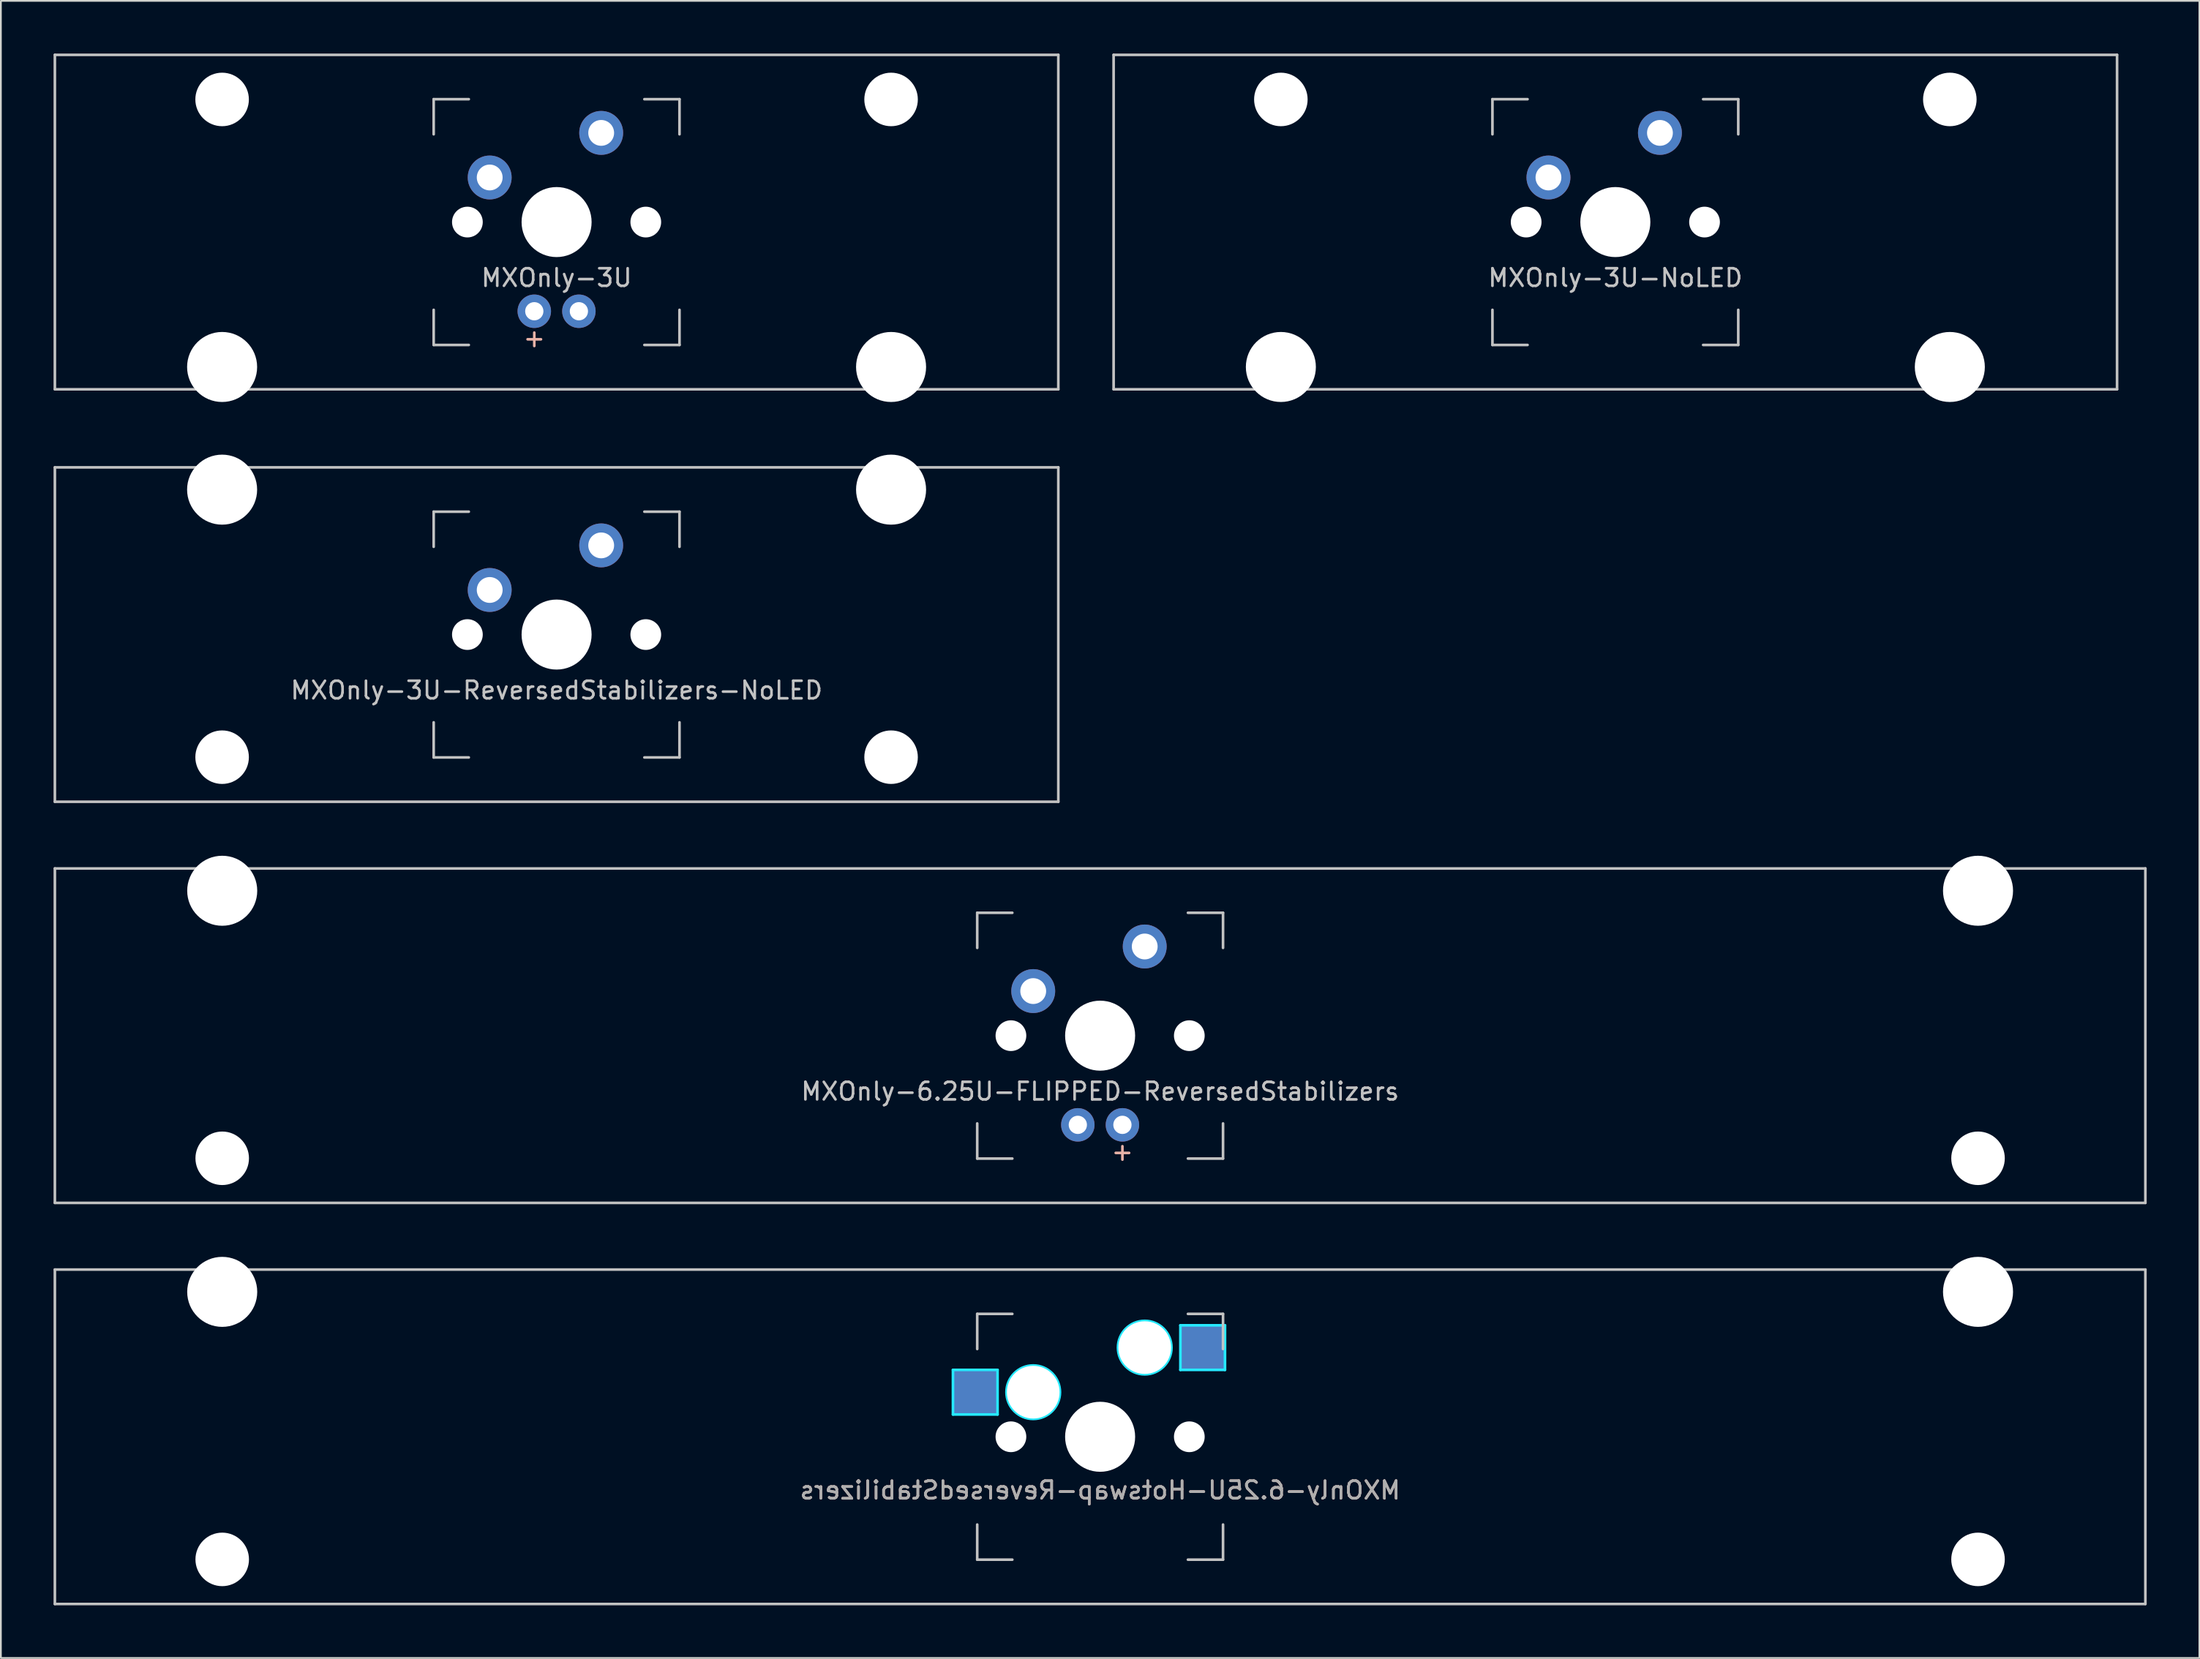
<source format=kicad_pcb>
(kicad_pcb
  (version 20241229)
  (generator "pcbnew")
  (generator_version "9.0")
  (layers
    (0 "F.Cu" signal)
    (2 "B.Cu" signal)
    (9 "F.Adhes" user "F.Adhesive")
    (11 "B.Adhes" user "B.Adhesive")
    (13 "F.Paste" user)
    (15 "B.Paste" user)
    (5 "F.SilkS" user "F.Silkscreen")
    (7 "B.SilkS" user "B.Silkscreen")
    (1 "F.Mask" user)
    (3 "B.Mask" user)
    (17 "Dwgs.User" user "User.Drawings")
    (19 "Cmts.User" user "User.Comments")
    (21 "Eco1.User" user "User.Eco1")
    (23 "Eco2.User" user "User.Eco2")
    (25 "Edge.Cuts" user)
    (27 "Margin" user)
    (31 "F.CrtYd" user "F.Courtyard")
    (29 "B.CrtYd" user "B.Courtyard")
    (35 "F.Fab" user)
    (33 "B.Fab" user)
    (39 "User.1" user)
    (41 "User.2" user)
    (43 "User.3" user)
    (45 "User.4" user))
  (footprint "MXOnly-6.25U-Hotswap-ReversedStabilizers"
    (layer "F.Cu")
    (at 59.606 78.796)
    (property "Reference" "MXOnly-6.25U-Hotswap-ReversedStabilizers" (at 0 3.048 0) (layer "F.Fab") (effects (font (size 1 1) (thickness 0.15)) (justify mirror)))
    (attr smd)
    (fp_line (start -59.531 -9.525) (end 59.531 -9.525) (stroke (width 0.15) (type solid)) (layer "Dwgs.User"))
    (fp_line (start -59.531 9.525) (end -59.531 -9.525) (stroke (width 0.15) (type solid)) (layer "Dwgs.User"))
    (fp_line (start -7 -7) (end -7 -5) (stroke (width 0.15) (type solid)) (layer "Dwgs.User"))
    (fp_line (start -7 5) (end -7 7) (stroke (width 0.15) (type solid)) (layer "Dwgs.User"))
    (fp_line (start -7 7) (end -5 7) (stroke (width 0.15) (type solid)) (layer "Dwgs.User"))
    (fp_line (start -5 -7) (end -7 -7) (stroke (width 0.15) (type solid)) (layer "Dwgs.User"))
    (fp_line (start 5 -7) (end 7 -7) (stroke (width 0.15) (type solid)) (layer "Dwgs.User"))
    (fp_line (start 5 7) (end 7 7) (stroke (width 0.15) (type solid)) (layer "Dwgs.User"))
    (fp_line (start 7 -7) (end 7 -5) (stroke (width 0.15) (type solid)) (layer "Dwgs.User"))
    (fp_line (start 7 7) (end 7 5) (stroke (width 0.15) (type solid)) (layer "Dwgs.User"))
    (fp_line (start 59.531 -9.525) (end 59.531 9.525) (stroke (width 0.15) (type solid)) (layer "Dwgs.User"))
    (fp_line (start 59.531 9.525) (end -59.531 9.525) (stroke (width 0.15) (type solid)) (layer "Dwgs.User"))
    (fp_line (start -8.382 -3.81) (end -5.842 -3.81) (stroke (width 0.15) (type solid)) (layer "B.CrtYd"))
    (fp_line (start -8.382 -1.27) (end -8.382 -3.81) (stroke (width 0.15) (type solid)) (layer "B.CrtYd"))
    (fp_line (start -5.842 -3.81) (end -5.842 -1.27) (stroke (width 0.15) (type solid)) (layer "B.CrtYd"))
    (fp_line (start -5.842 -1.27) (end -8.382 -1.27) (stroke (width 0.15) (type solid)) (layer "B.CrtYd"))
    (fp_line (start 4.572 -6.35) (end 7.112 -6.35) (stroke (width 0.15) (type solid)) (layer "B.CrtYd"))
    (fp_line (start 4.572 -3.81) (end 4.572 -6.35) (stroke (width 0.15) (type solid)) (layer "B.CrtYd"))
    (fp_line (start 7.112 -6.35) (end 7.112 -3.81) (stroke (width 0.15) (type solid)) (layer "B.CrtYd"))
    (fp_line (start 7.112 -3.81) (end 4.572 -3.81) (stroke (width 0.15) (type solid)) (layer "B.CrtYd"))
    (fp_circle (center -3.81 -2.54) (end -3.81 -4.064) (stroke (width 0.15) (type solid)) (fill no) (layer "B.CrtYd"))
    (fp_circle (center 2.54 -5.08) (end 2.54 -6.604) (stroke (width 0.15) (type solid)) (fill no) (layer "B.CrtYd"))
    (fp_text user "${REFERENCE}" (at 0 3.048 0) (layer "B.SilkS") (effects (font (size 1 1) (thickness 0.15)) (justify mirror)))
    (pad "" np_thru_hole circle (at -50 -8.255) (size 3.988 3.988) (drill 3.988) (layers "*.Cu" "*.Mask"))
    (pad "" np_thru_hole circle (at -50 6.985) (size 3.048 3.048) (drill 3.048) (layers "*.Cu" "*.Mask"))
    (pad "" np_thru_hole circle (at -5.08 0 48.1) (size 1.75 1.75) (drill 1.75) (layers "*.Cu" "*.Mask"))
    (pad "" np_thru_hole circle (at -3.81 -2.54) (size 3 3) (drill 3) (layers "*.Cu" "*.Mask"))
    (pad "" np_thru_hole circle (at 0 0) (size 3.988 3.988) (drill 3.988) (layers "*.Cu" "*.Mask"))
    (pad "" np_thru_hole circle (at 2.54 -5.08) (size 3 3) (drill 3) (layers "*.Cu" "*.Mask"))
    (pad "" np_thru_hole circle (at 5.08 0 48.1) (size 1.75 1.75) (drill 1.75) (layers "*.Cu" "*.Mask"))
    (pad "" np_thru_hole circle (at 50 -8.255) (size 3.988 3.988) (drill 3.988) (layers "*.Cu" "*.Mask"))
    (pad "" np_thru_hole circle (at 50 6.985) (size 3.048 3.048) (drill 3.048) (layers "*.Cu" "*.Mask"))
    (pad "1" smd rect (at -7.085 -2.54) (size 2.55 2.5) (layers "B.Cu" "B.Mask" "B.Paste"))
    (pad "2" smd rect (at 5.842 -5.08) (size 2.55 2.5) (layers "B.Cu" "B.Mask" "B.Paste")))
  (footprint "MXOnly-3U-ReversedStabilizers-NoLED"
    (layer "F.Cu")
    (at 28.65 33.098)
    (property "Reference" "MXOnly-3U-ReversedStabilizers-NoLED" (at 0 3.175 0) (layer "Dwgs.User") (effects (font (size 1 1) (thickness 0.15))))
    (attr through_hole)
    (fp_line (start -28.575 -9.525) (end 28.575 -9.525) (stroke (width 0.15) (type solid)) (layer "Dwgs.User"))
    (fp_line (start -28.575 9.525) (end -28.575 -9.525) (stroke (width 0.15) (type solid)) (layer "Dwgs.User"))
    (fp_line (start -28.575 9.525) (end 28.575 9.525) (stroke (width 0.15) (type solid)) (layer "Dwgs.User"))
    (fp_line (start -7 -7) (end -7 -5) (stroke (width 0.15) (type solid)) (layer "Dwgs.User"))
    (fp_line (start -7 5) (end -7 7) (stroke (width 0.15) (type solid)) (layer "Dwgs.User"))
    (fp_line (start -7 7) (end -5 7) (stroke (width 0.15) (type solid)) (layer "Dwgs.User"))
    (fp_line (start -5 -7) (end -7 -7) (stroke (width 0.15) (type solid)) (layer "Dwgs.User"))
    (fp_line (start 5 -7) (end 7 -7) (stroke (width 0.15) (type solid)) (layer "Dwgs.User"))
    (fp_line (start 5 7) (end 7 7) (stroke (width 0.15) (type solid)) (layer "Dwgs.User"))
    (fp_line (start 7 -7) (end 7 -5) (stroke (width 0.15) (type solid)) (layer "Dwgs.User"))
    (fp_line (start 7 7) (end 7 5) (stroke (width 0.15) (type solid)) (layer "Dwgs.User"))
    (fp_line (start 28.575 -9.525) (end 28.575 9.525) (stroke (width 0.15) (type solid)) (layer "Dwgs.User"))
    (pad "" np_thru_hole circle (at -19.05 -8.255) (size 3.988 3.988) (drill 3.988) (layers "*.Cu" "*.Mask"))
    (pad "" np_thru_hole circle (at -19.05 6.985) (size 3.048 3.048) (drill 3.048) (layers "*.Cu" "*.Mask"))
    (pad "" np_thru_hole circle (at -5.08 0 48.1) (size 1.75 1.75) (drill 1.75) (layers "*.Cu" "*.Mask"))
    (pad "" np_thru_hole circle (at 0 0) (size 3.988 3.988) (drill 3.988) (layers "*.Cu" "*.Mask"))
    (pad "" np_thru_hole circle (at 5.08 0 48.1) (size 1.75 1.75) (drill 1.75) (layers "*.Cu" "*.Mask"))
    (pad "" np_thru_hole circle (at 19.05 -8.255) (size 3.988 3.988) (drill 3.988) (layers "*.Cu" "*.Mask"))
    (pad "" np_thru_hole circle (at 19.05 6.985) (size 3.048 3.048) (drill 3.048) (layers "*.Cu" "*.Mask"))
    (pad "1" thru_hole circle (at -3.81 -2.54 48.1) (size 2.5 2.5) (drill 1.47) (layers "*.Cu" "*.Mask"))
    (pad "2" thru_hole circle (at 2.54 -5.08) (size 2.5 2.5) (drill 1.47) (layers "*.Cu" "*.Mask")))
  (footprint "MXOnly-6.25U-FLIPPED-ReversedStabilizers"
    (layer "F.Cu")
    (at 59.606 55.947)
    (property "Reference" "MXOnly-6.25U-FLIPPED-ReversedStabilizers" (at 0 3.175 0) (layer "Dwgs.User") (effects (font (size 1 1) (thickness 0.15))))
    (attr through_hole)
    (fp_line (start -59.531 -9.525) (end 59.531 -9.525) (stroke (width 0.15) (type solid)) (layer "Dwgs.User"))
    (fp_line (start -59.531 9.525) (end -59.531 -9.525) (stroke (width 0.15) (type solid)) (layer "Dwgs.User"))
    (fp_line (start -59.531 9.525) (end 59.531 9.525) (stroke (width 0.15) (type solid)) (layer "Dwgs.User"))
    (fp_line (start -7 -7) (end -7 -5) (stroke (width 0.15) (type solid)) (layer "Dwgs.User"))
    (fp_line (start -7 5) (end -7 7) (stroke (width 0.15) (type solid)) (layer "Dwgs.User"))
    (fp_line (start -7 7) (end -5 7) (stroke (width 0.15) (type solid)) (layer "Dwgs.User"))
    (fp_line (start -5 -7) (end -7 -7) (stroke (width 0.15) (type solid)) (layer "Dwgs.User"))
    (fp_line (start 5 -7) (end 7 -7) (stroke (width 0.15) (type solid)) (layer "Dwgs.User"))
    (fp_line (start 5 7) (end 7 7) (stroke (width 0.15) (type solid)) (layer "Dwgs.User"))
    (fp_line (start 7 -7) (end 7 -5) (stroke (width 0.15) (type solid)) (layer "Dwgs.User"))
    (fp_line (start 7 7) (end 7 5) (stroke (width 0.15) (type solid)) (layer "Dwgs.User"))
    (fp_line (start 59.531 -9.525) (end 59.531 9.525) (stroke (width 0.15) (type solid)) (layer "Dwgs.User"))
    (fp_text user "+" (at 1.27 6.604 0) (layer "B.SilkS") (effects (font (size 1 1) (thickness 0.15))))
    (pad "" np_thru_hole circle (at -50 -8.255) (size 3.988 3.988) (drill 3.988) (layers "*.Cu" "*.Mask"))
    (pad "" np_thru_hole circle (at -50 6.985) (size 3.048 3.048) (drill 3.048) (layers "*.Cu" "*.Mask"))
    (pad "" np_thru_hole circle (at -5.08 0 48.1) (size 1.75 1.75) (drill 1.75) (layers "*.Cu" "*.Mask"))
    (pad "" np_thru_hole circle (at 0 0) (size 3.988 3.988) (drill 3.988) (layers "*.Cu" "*.Mask"))
    (pad "" np_thru_hole circle (at 5.08 0 48.1) (size 1.75 1.75) (drill 1.75) (layers "*.Cu" "*.Mask"))
    (pad "" np_thru_hole circle (at 50 -8.255) (size 3.988 3.988) (drill 3.988) (layers "*.Cu" "*.Mask"))
    (pad "" np_thru_hole circle (at 50 6.985) (size 3.048 3.048) (drill 3.048) (layers "*.Cu" "*.Mask"))
    (pad "1" thru_hole circle (at -3.81 -2.54) (size 2.5 2.5) (drill 1.47) (layers "*.Cu" "*.Mask"))
    (pad "2" thru_hole circle (at 2.54 -5.08) (size 2.5 2.5) (drill 1.47) (layers "*.Cu" "*.Mask"))
    (pad "3" thru_hole circle (at 1.27 5.08) (size 1.905 1.905) (drill 1.04) (layers "*.Cu" "*.Mask"))
    (pad "4" thru_hole circle (at -1.27 5.08) (size 1.905 1.905) (drill 1.04) (layers "*.Cu" "*.Mask")))
  (footprint "MXOnly-3U-NoLED"
    (layer "F.Cu")
    (at 88.95 9.6)
    (property "Reference" "MXOnly-3U-NoLED" (at 0 3.175 0) (layer "Dwgs.User") (effects (font (size 1 1) (thickness 0.15))))
    (attr through_hole)
    (fp_line (start -28.575 -9.525) (end 28.575 -9.525) (stroke (width 0.15) (type solid)) (layer "Dwgs.User"))
    (fp_line (start -28.575 9.525) (end -28.575 -9.525) (stroke (width 0.15) (type solid)) (layer "Dwgs.User"))
    (fp_line (start -28.575 9.525) (end 28.575 9.525) (stroke (width 0.15) (type solid)) (layer "Dwgs.User"))
    (fp_line (start -7 -7) (end -7 -5) (stroke (width 0.15) (type solid)) (layer "Dwgs.User"))
    (fp_line (start -7 5) (end -7 7) (stroke (width 0.15) (type solid)) (layer "Dwgs.User"))
    (fp_line (start -7 7) (end -5 7) (stroke (width 0.15) (type solid)) (layer "Dwgs.User"))
    (fp_line (start -5 -7) (end -7 -7) (stroke (width 0.15) (type solid)) (layer "Dwgs.User"))
    (fp_line (start 5 -7) (end 7 -7) (stroke (width 0.15) (type solid)) (layer "Dwgs.User"))
    (fp_line (start 5 7) (end 7 7) (stroke (width 0.15) (type solid)) (layer "Dwgs.User"))
    (fp_line (start 7 -7) (end 7 -5) (stroke (width 0.15) (type solid)) (layer "Dwgs.User"))
    (fp_line (start 7 7) (end 7 5) (stroke (width 0.15) (type solid)) (layer "Dwgs.User"))
    (fp_line (start 28.575 -9.525) (end 28.575 9.525) (stroke (width 0.15) (type solid)) (layer "Dwgs.User"))
    (pad "" np_thru_hole circle (at -19.05 -6.985) (size 3.048 3.048) (drill 3.048) (layers "*.Cu" "*.Mask"))
    (pad "" np_thru_hole circle (at -19.05 8.255) (size 3.988 3.988) (drill 3.988) (layers "*.Cu" "*.Mask"))
    (pad "" np_thru_hole circle (at -5.08 0 48.1) (size 1.75 1.75) (drill 1.75) (layers "*.Cu" "*.Mask"))
    (pad "" np_thru_hole circle (at 0 0) (size 3.988 3.988) (drill 3.988) (layers "*.Cu" "*.Mask"))
    (pad "" np_thru_hole circle (at 5.08 0 48.1) (size 1.75 1.75) (drill 1.75) (layers "*.Cu" "*.Mask"))
    (pad "" np_thru_hole circle (at 19.05 -6.985) (size 3.048 3.048) (drill 3.048) (layers "*.Cu" "*.Mask"))
    (pad "" np_thru_hole circle (at 19.05 8.255) (size 3.988 3.988) (drill 3.988) (layers "*.Cu" "*.Mask"))
    (pad "1" thru_hole circle (at -3.81 -2.54 48.1) (size 2.5 2.5) (drill 1.47) (layers "*.Cu" "*.Mask"))
    (pad "2" thru_hole circle (at 2.54 -5.08) (size 2.5 2.5) (drill 1.47) (layers "*.Cu" "*.Mask")))
  (footprint "MXOnly-3U"
    (layer "F.Cu")
    (at 28.65 9.6)
    (property "Reference" "MXOnly-3U" (at 0 3.175 0) (layer "Dwgs.User") (effects (font (size 1 1) (thickness 0.15))))
    (attr through_hole)
    (fp_line (start -28.575 -9.525) (end 28.575 -9.525) (stroke (width 0.15) (type solid)) (layer "Dwgs.User"))
    (fp_line (start -28.575 9.525) (end -28.575 -9.525) (stroke (width 0.15) (type solid)) (layer "Dwgs.User"))
    (fp_line (start -28.575 9.525) (end 28.575 9.525) (stroke (width 0.15) (type solid)) (layer "Dwgs.User"))
    (fp_line (start -7 -7) (end -7 -5) (stroke (width 0.15) (type solid)) (layer "Dwgs.User"))
    (fp_line (start -7 5) (end -7 7) (stroke (width 0.15) (type solid)) (layer "Dwgs.User"))
    (fp_line (start -7 7) (end -5 7) (stroke (width 0.15) (type solid)) (layer "Dwgs.User"))
    (fp_line (start -5 -7) (end -7 -7) (stroke (width 0.15) (type solid)) (layer "Dwgs.User"))
    (fp_line (start 5 -7) (end 7 -7) (stroke (width 0.15) (type solid)) (layer "Dwgs.User"))
    (fp_line (start 5 7) (end 7 7) (stroke (width 0.15) (type solid)) (layer "Dwgs.User"))
    (fp_line (start 7 -7) (end 7 -5) (stroke (width 0.15) (type solid)) (layer "Dwgs.User"))
    (fp_line (start 7 7) (end 7 5) (stroke (width 0.15) (type solid)) (layer "Dwgs.User"))
    (fp_line (start 28.575 -9.525) (end 28.575 9.525) (stroke (width 0.15) (type solid)) (layer "Dwgs.User"))
    (fp_text user "+" (at -1.27 6.604 0) (layer "B.SilkS") (effects (font (size 1 1) (thickness 0.15))))
    (pad "" np_thru_hole circle (at -19.05 -6.985) (size 3.048 3.048) (drill 3.048) (layers "*.Cu" "*.Mask"))
    (pad "" np_thru_hole circle (at -19.05 8.255) (size 3.988 3.988) (drill 3.988) (layers "*.Cu" "*.Mask"))
    (pad "" np_thru_hole circle (at -5.08 0 48.1) (size 1.75 1.75) (drill 1.75) (layers "*.Cu" "*.Mask"))
    (pad "" np_thru_hole circle (at 0 0) (size 3.988 3.988) (drill 3.988) (layers "*.Cu" "*.Mask"))
    (pad "" np_thru_hole circle (at 5.08 0 48.1) (size 1.75 1.75) (drill 1.75) (layers "*.Cu" "*.Mask"))
    (pad "" np_thru_hole circle (at 19.05 -6.985) (size 3.048 3.048) (drill 3.048) (layers "*.Cu" "*.Mask"))
    (pad "" np_thru_hole circle (at 19.05 8.255) (size 3.988 3.988) (drill 3.988) (layers "*.Cu" "*.Mask"))
    (pad "1" thru_hole circle (at -3.81 -2.54 48.1) (size 2.5 2.5) (drill 1.47) (layers "*.Cu" "*.Mask"))
    (pad "2" thru_hole circle (at 2.54 -5.08) (size 2.5 2.5) (drill 1.47) (layers "*.Cu" "*.Mask"))
    (pad "3" thru_hole circle (at -1.27 5.08) (size 1.905 1.905) (drill 1.04) (layers "*.Cu" "*.Mask"))
    (pad "4" thru_hole circle (at 1.27 5.08) (size 1.905 1.905) (drill 1.04) (layers "*.Cu" "*.Mask")))
  (gr_rect
    (start -3 -3)
    (end 122.213 91.396)
    (stroke (width 0.1) (type default))
    (fill no)
    (layer "Edge.Cuts")))
</source>
